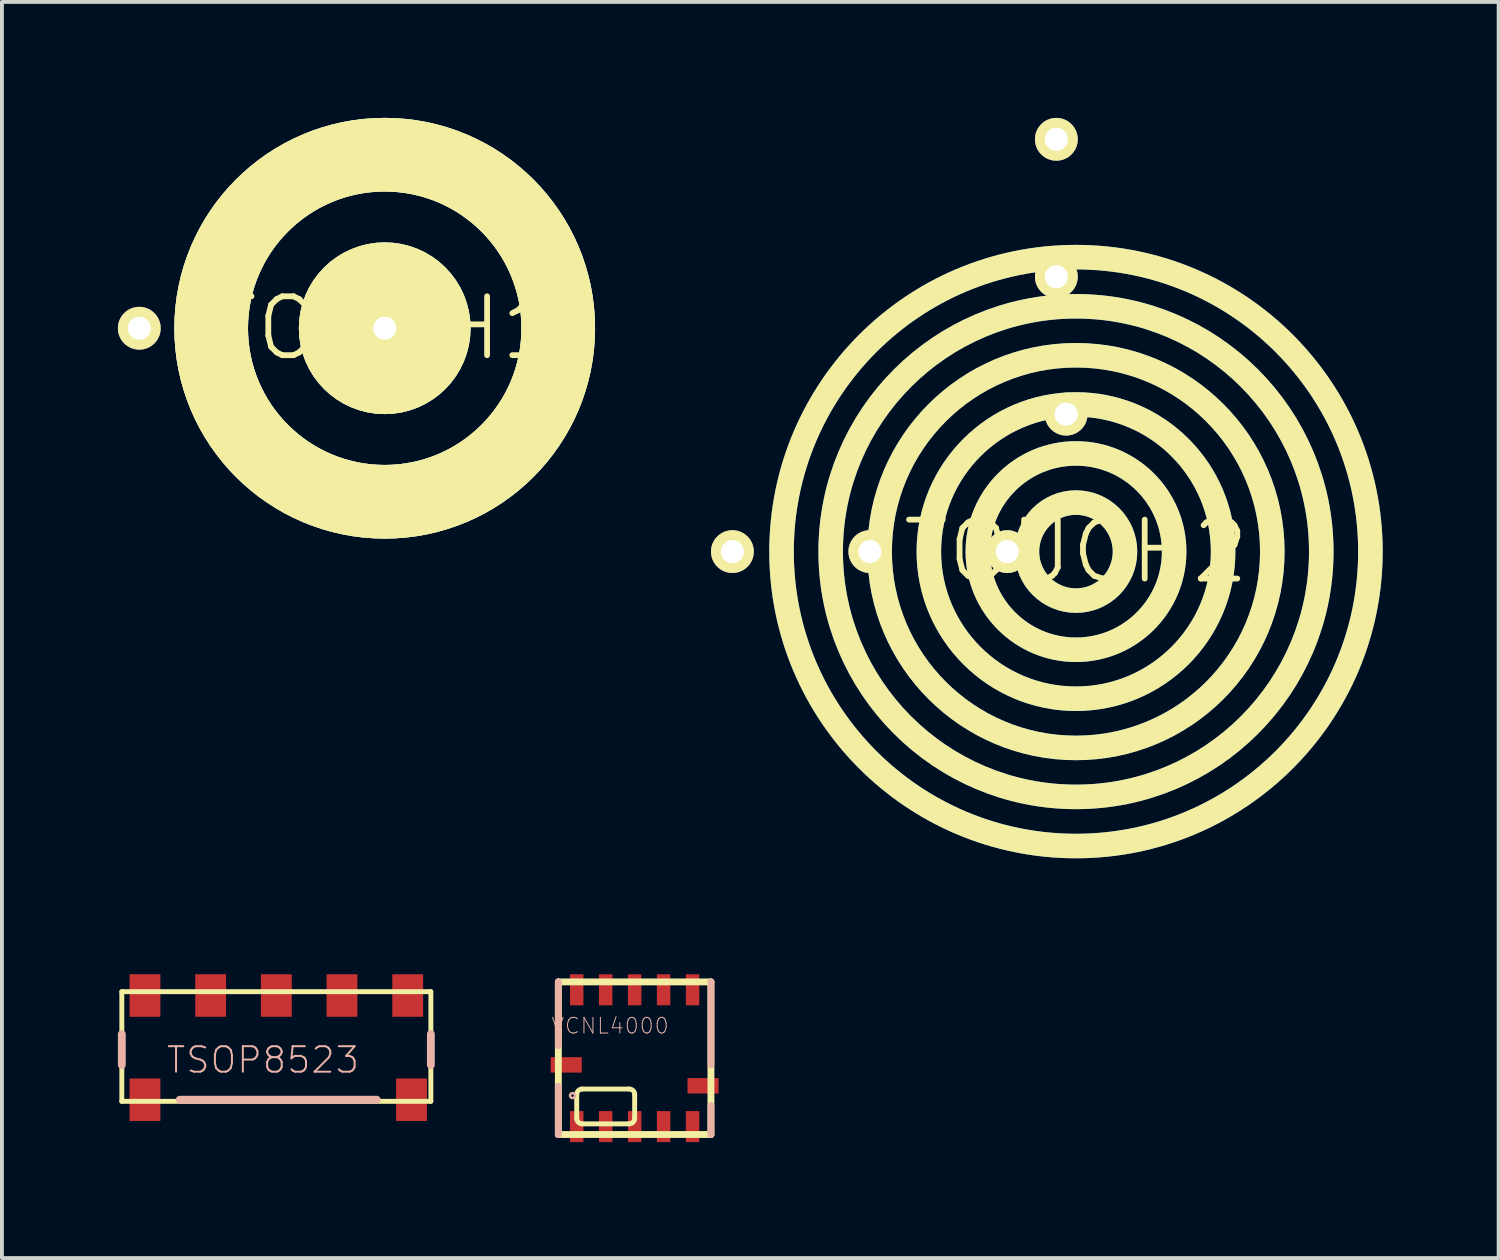
<source format=kicad_pcb>
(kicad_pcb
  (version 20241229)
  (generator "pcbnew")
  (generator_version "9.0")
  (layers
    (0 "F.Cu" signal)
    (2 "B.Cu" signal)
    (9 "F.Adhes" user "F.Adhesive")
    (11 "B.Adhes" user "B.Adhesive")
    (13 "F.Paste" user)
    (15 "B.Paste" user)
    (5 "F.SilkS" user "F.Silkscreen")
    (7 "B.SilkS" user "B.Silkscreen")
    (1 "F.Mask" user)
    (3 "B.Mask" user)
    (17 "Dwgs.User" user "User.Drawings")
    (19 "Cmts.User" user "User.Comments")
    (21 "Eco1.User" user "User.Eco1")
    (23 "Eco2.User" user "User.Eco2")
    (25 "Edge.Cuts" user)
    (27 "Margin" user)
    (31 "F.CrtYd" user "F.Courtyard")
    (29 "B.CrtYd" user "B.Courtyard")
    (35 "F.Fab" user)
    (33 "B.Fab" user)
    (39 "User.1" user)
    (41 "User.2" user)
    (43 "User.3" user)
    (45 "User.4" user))
  (footprint "TSOP8523"
    (layer "F.Cu")
    (at 4.1 22.708)
    (property "Reference" "TSOP8523" (at -0.348 1.669 0) (layer "B.SilkS") (effects (font (size 0.66 0.66) (thickness 0.051))))
    (attr smd)
    (fp_line (start -3.998 -0.099) (end -3.998 2.738) (stroke (width 0.127) (type solid)) (layer "F.SilkS"))
    (fp_line (start -3.998 2.738) (end 3.998 2.738) (stroke (width 0.127) (type solid)) (layer "F.SilkS"))
    (fp_line (start 3.998 -0.099) (end -3.998 -0.099) (stroke (width 0.127) (type solid)) (layer "F.SilkS"))
    (fp_line (start 3.998 2.738) (end 3.998 -0.099) (stroke (width 0.127) (type solid)) (layer "F.SilkS"))
    (fp_line (start -3.998 0.998) (end -3.998 1.798) (stroke (width 0.203) (type solid)) (layer "B.SilkS"))
    (fp_line (start -2.499 2.697) (end 2.598 2.697) (stroke (width 0.203) (type solid)) (layer "B.SilkS"))
    (fp_line (start 3.998 0.998) (end 3.998 1.798) (stroke (width 0.203) (type solid)) (layer "B.SilkS"))
    (pad "1" smd rect (at 3.399 0) (size 0.798 1.1) (layers "F.Cu" "F.Mask" "F.Paste"))
    (pad "2" smd rect (at 1.699 0) (size 0.798 1.1) (layers "F.Cu" "F.Mask" "F.Paste"))
    (pad "3" smd rect (at 0 0) (size 0.798 1.1) (layers "F.Cu" "F.Mask" "F.Paste"))
    (pad "4" smd rect (at -1.699 0) (size 0.798 1.1) (layers "F.Cu" "F.Mask" "F.Paste"))
    (pad "5" smd rect (at -3.399 0) (size 0.798 1.1) (layers "F.Cu" "F.Mask" "F.Paste"))
    (pad "P$1" smd rect (at -3.399 2.697) (size 0.798 1.1) (layers "F.Cu" "F.Mask" "F.Paste"))
    (pad "P$2" smd rect (at 3.498 2.697) (size 0.798 1.1) (layers "F.Cu" "F.Mask" "F.Paste")))
  (footprint "VCNL4000"
    (layer "F.Cu")
    (at 13.371 24.33)
    (property "Reference" "VCNL4000" (at -0.635 -0.838 0) (layer "B.SilkS") (effects (font (size 0.406 0.406) (thickness 0.025))))
    (attr smd)
    (fp_line (start -1.974 -1.974) (end 1.974 -1.974) (stroke (width 0.178) (type solid)) (layer "F.SilkS"))
    (fp_line (start -1.974 1.974) (end -1.974 -1.974) (stroke (width 0.178) (type solid)) (layer "F.SilkS"))
    (fp_line (start -1.499 1.557) (end -1.499 0.94) (stroke (width 0.127) (type solid)) (layer "F.SilkS"))
    (fp_line (start -1.356 0.798) (end -0.14 0.798) (stroke (width 0.127) (type solid)) (layer "F.SilkS"))
    (fp_line (start -0.14 1.699) (end -1.356 1.699) (stroke (width 0.127) (type solid)) (layer "F.SilkS"))
    (fp_line (start 0 0.94) (end 0 1.557) (stroke (width 0.127) (type solid)) (layer "F.SilkS"))
    (fp_line (start 1.974 -1.974) (end 1.974 1.974) (stroke (width 0.178) (type solid)) (layer "F.SilkS"))
    (fp_line (start 1.974 1.974) (end -1.974 1.974) (stroke (width 0.178) (type solid)) (layer "F.SilkS"))
    (fp_arc (start -1.4986 0.9398) (mid -1.456939 0.839221) (end -1.35636 0.79756) (stroke (width 0.127) (type solid)) (layer "F.SilkS"))
    (fp_arc (start -1.35636 1.69926) (mid -1.456939 1.657599) (end -1.4986 1.55702) (stroke (width 0.127) (type solid)) (layer "F.SilkS"))
    (fp_arc (start -0.1397 0.79756) (mid -0.039121 0.839221) (end 0.00254 0.9398) (stroke (width 0.127) (type solid)) (layer "F.SilkS"))
    (fp_arc (start 0 1.55702) (mid -0.040917 1.655803) (end -0.1397 1.69672) (stroke (width 0.127) (type solid)) (layer "F.SilkS"))
    (fp_line (start -1.974 -0.323) (end -1.974 -1.974) (stroke (width 0.178) (type solid)) (layer "B.SilkS"))
    (fp_line (start -1.974 1.974) (end -1.974 0.724) (stroke (width 0.178) (type solid)) (layer "B.SilkS"))
    (fp_line (start 1.974 -1.974) (end 1.974 0.173) (stroke (width 0.178) (type solid)) (layer "B.SilkS"))
    (fp_line (start 1.974 1.224) (end 1.974 1.974) (stroke (width 0.178) (type solid)) (layer "B.SilkS"))
    (fp_circle (center -1.608 0.968) (end -1.654 1.013) (stroke (width 0.064) (type solid)) (fill no) (layer "B.SilkS"))
    (pad "1" smd rect (at -1.499 1.77 180) (size 0.348 0.803) (layers "F.Cu" "F.Mask" "F.Paste"))
    (pad "2" smd rect (at -0.749 1.77 180) (size 0.348 0.803) (layers "F.Cu" "F.Mask" "F.Paste"))
    (pad "3" smd rect (at 0 1.77 180) (size 0.348 0.803) (layers "F.Cu" "F.Mask" "F.Paste"))
    (pad "4" smd rect (at 0.749 1.77 180) (size 0.348 0.803) (layers "F.Cu" "F.Mask" "F.Paste"))
    (pad "5" smd rect (at 1.499 1.77 180) (size 0.348 0.803) (layers "F.Cu" "F.Mask" "F.Paste"))
    (pad "6" smd rect (at 1.77 0.714 180) (size 0.803 0.399) (layers "F.Cu" "F.Mask" "F.Paste"))
    (pad "7" smd rect (at 1.499 -1.77 180) (size 0.348 0.803) (layers "F.Cu" "F.Mask" "F.Paste"))
    (pad "8" smd rect (at 0.749 -1.77 180) (size 0.348 0.803) (layers "F.Cu" "F.Mask" "F.Paste"))
    (pad "9" smd rect (at 0 -1.77 180) (size 0.348 0.803) (layers "F.Cu" "F.Mask" "F.Paste"))
    (pad "10" smd rect (at -0.749 -1.77 180) (size 0.348 0.803) (layers "F.Cu" "F.Mask" "F.Paste"))
    (pad "11" smd rect (at -1.499 -1.77 180) (size 0.348 0.803) (layers "F.Cu" "F.Mask" "F.Paste"))
    (pad "12" smd rect (at -1.77 0.173 180) (size 0.803 0.399) (layers "F.Cu" "F.Mask" "F.Paste")))
  (footprint "TOUCH1"
    (layer "F.Cu")
    (at 6.904 5.443)
    (property "Reference" "TOUCH1" (at 0 0 0) (layer "F.SilkS") (effects (font (size 1.524 1.524) (thickness 0.15))))
    (attr exclude_from_pos_files exclude_from_bom)
    (fp_circle (center 0 0) (end -3.175 3.175) (stroke (width 1.905) (type solid)) (fill no) (layer "B.Cu"))
    (fp_circle (center 0 0) (end -3.175 3.175) (stroke (width 1.905) (type solid)) (fill no) (layer "B.Cu"))
    (fp_circle (center 0 0) (end -0.897 0.897) (stroke (width 1.905) (type solid)) (fill no) (layer "B.Cu"))
    (fp_circle (center 0 0) (end -0.897 0.897) (stroke (width 1.905) (type solid)) (fill no) (layer "B.Cu"))
    (fp_circle (center 0 0) (end -3.175 3.175) (stroke (width 1.905) (type solid)) (fill no) (layer "F.SilkS"))
    (fp_circle (center 0 0) (end -3.175 3.175) (stroke (width 1.905) (type solid)) (fill no) (layer "F.SilkS"))
    (fp_circle (center 0 0) (end -0.897 0.897) (stroke (width 1.905) (type solid)) (fill no) (layer "F.SilkS"))
    (fp_circle (center 0 0) (end -0.897 0.897) (stroke (width 1.905) (type solid)) (fill no) (layer "F.SilkS"))
    (pad "P$1" thru_hole circle (at -6.35 0) (size 1.107 1.107) (drill 0.599) (layers "*.Cu" "F.Mask" "F.SilkS" "F.Paste"))
    (pad "P$2" thru_hole circle (at 0 0) (size 1.107 1.107) (drill 0.599) (layers "*.Cu" "F.Mask" "F.SilkS" "F.Paste")))
  (footprint "TOUCH2"
    (layer "F.Cu")
    (at 24.79 11.222)
    (property "Reference" "TOUCH2" (at 0 0 0) (layer "F.SilkS") (effects (font (size 1.524 1.524) (thickness 0.15))))
    (attr exclude_from_pos_files exclude_from_bom)
    (fp_circle (center 0 0) (end -5.387 5.387) (stroke (width 0.635) (type solid)) (fill no) (layer "B.Cu"))
    (fp_circle (center 0 0) (end -4.488 4.488) (stroke (width 0.635) (type solid)) (fill no) (layer "B.Cu"))
    (fp_circle (center 0 0) (end -3.592 3.592) (stroke (width 0.635) (type solid)) (fill no) (layer "B.Cu"))
    (fp_circle (center 0 0) (end -2.692 2.692) (stroke (width 0.635) (type solid)) (fill no) (layer "B.Cu"))
    (fp_circle (center 0 0) (end -1.796 1.796) (stroke (width 0.635) (type solid)) (fill no) (layer "B.Cu"))
    (fp_circle (center 0 0) (end -0.897 0.897) (stroke (width 0.635) (type solid)) (fill no) (layer "B.Cu"))
    (fp_circle (center 0 0) (end -5.387 5.387) (stroke (width 0.635) (type solid)) (fill no) (layer "F.SilkS"))
    (fp_circle (center 0 0) (end -4.488 4.488) (stroke (width 0.635) (type solid)) (fill no) (layer "F.SilkS"))
    (fp_circle (center 0 0) (end -3.592 3.592) (stroke (width 0.635) (type solid)) (fill no) (layer "F.SilkS"))
    (fp_circle (center 0 0) (end -2.692 2.692) (stroke (width 0.635) (type solid)) (fill no) (layer "F.SilkS"))
    (fp_circle (center 0 0) (end -1.796 1.796) (stroke (width 0.635) (type solid)) (fill no) (layer "F.SilkS"))
    (fp_circle (center 0 0) (end -0.897 0.897) (stroke (width 0.635) (type solid)) (fill no) (layer "F.SilkS"))
    (pad "P$1" thru_hole circle (at -1.778 0) (size 1.107 1.107) (drill 0.599) (layers "*.Cu" "F.Mask" "F.SilkS" "F.Paste"))
    (pad "P$2" thru_hole circle (at -5.334 0) (size 1.107 1.107) (drill 0.599) (layers "*.Cu" "F.Mask" "F.SilkS" "F.Paste"))
    (pad "P$3" thru_hole circle (at -8.89 0) (size 1.107 1.107) (drill 0.599) (layers "*.Cu" "F.Mask" "F.SilkS" "F.Paste"))
    (pad "P$4" thru_hole circle (at -0.254 -3.556) (size 1.107 1.107) (drill 0.599) (layers "*.Cu" "F.Mask" "F.SilkS" "F.Paste"))
    (pad "P$5" thru_hole circle (at -0.508 -7.112) (size 1.107 1.107) (drill 0.599) (layers "*.Cu" "F.Mask" "F.SilkS" "F.Paste"))
    (pad "P$6" thru_hole circle (at -0.508 -10.668) (size 1.107 1.107) (drill 0.599) (layers "*.Cu" "F.Mask" "F.SilkS" "F.Paste")))
  (gr_rect
    (start -3 -3)
    (end 35.726 29.501)
    (stroke (width 0.1) (type default))
    (fill no)
    (layer "Edge.Cuts")))
</source>
